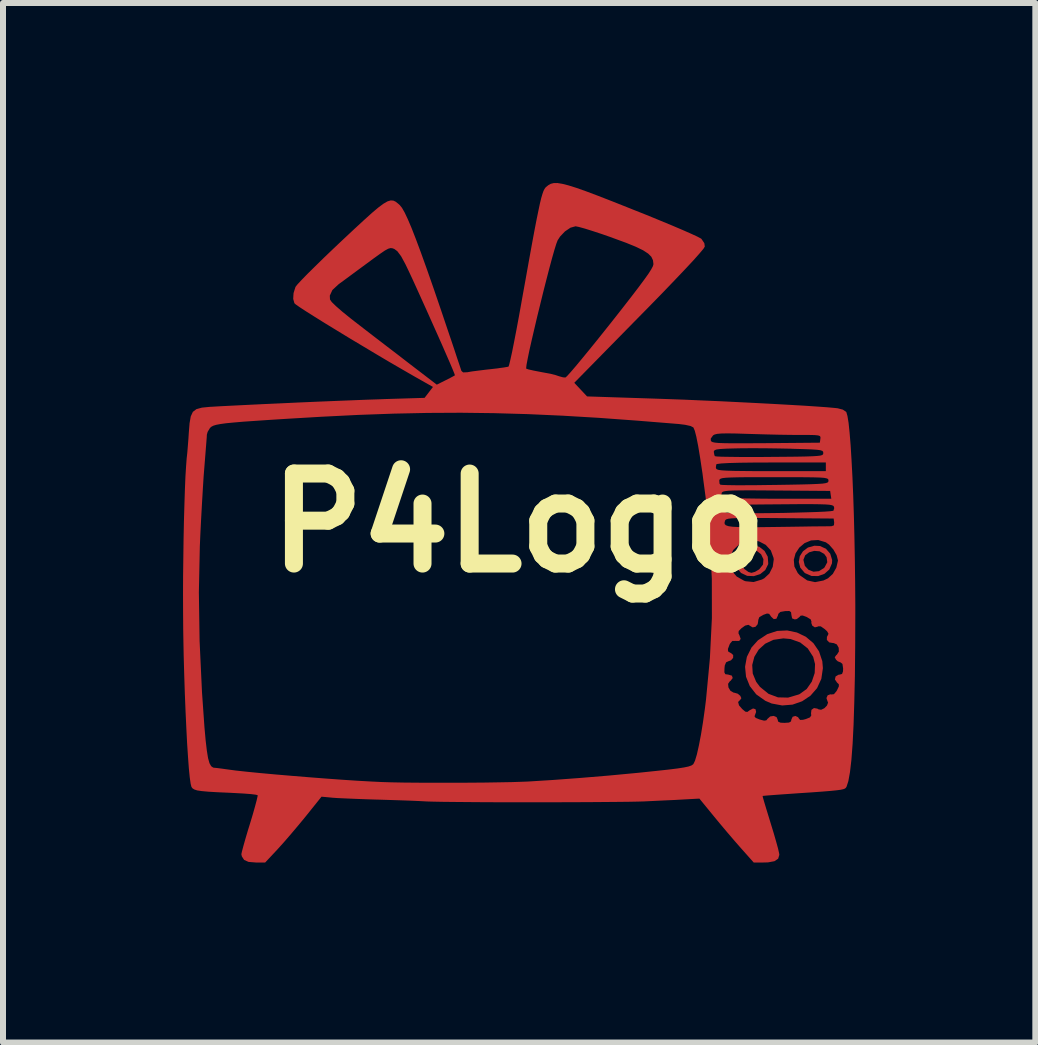
<source format=kicad_pcb>
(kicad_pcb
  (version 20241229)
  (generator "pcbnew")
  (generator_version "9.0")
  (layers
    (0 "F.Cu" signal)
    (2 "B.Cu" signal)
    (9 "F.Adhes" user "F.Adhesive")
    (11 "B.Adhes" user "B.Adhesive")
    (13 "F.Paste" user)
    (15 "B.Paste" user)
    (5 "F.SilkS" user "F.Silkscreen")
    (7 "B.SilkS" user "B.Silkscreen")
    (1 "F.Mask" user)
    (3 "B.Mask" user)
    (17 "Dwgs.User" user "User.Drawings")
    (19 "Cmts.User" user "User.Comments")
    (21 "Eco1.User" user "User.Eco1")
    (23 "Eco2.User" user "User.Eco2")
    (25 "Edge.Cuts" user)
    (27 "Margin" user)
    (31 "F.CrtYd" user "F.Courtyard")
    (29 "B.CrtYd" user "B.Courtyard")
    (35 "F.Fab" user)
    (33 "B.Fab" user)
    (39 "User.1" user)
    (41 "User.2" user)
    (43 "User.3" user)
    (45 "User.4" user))
  (footprint "P4Logo"
    (layer "F.Cu")
    (at 5.598 5.663)
    (property "Reference" "P4Logo" (at 0 0 0) (layer "F.SilkS") (effects (font (size 1.5 1.5) (thickness 0.3))))
    (attr board_only exclude_from_pos_files exclude_from_bom)
    (fp_poly (pts (xy 5.015 0.386) (xy 5.115 0.431) (xy 5.187 0.514) (xy 5.219 0.619) (xy 5.216 0.675) (xy 5.172 0.777) (xy 5.091 0.849) (xy 4.986 0.887) (xy 4.875 0.885) (xy 4.77 0.839) (xy 4.761 0.833) (xy 4.688 0.747) (xy 4.663 0.651) (xy 4.669 0.62) (xy 4.741 0.62) (xy 4.764 0.716) (xy 4.825 0.782) (xy 4.908 0.814) (xy 4.999 0.805) (xy 5.083 0.752) (xy 5.093 0.741) (xy 5.138 0.656) (xy 5.126 0.572) (xy 5.086 0.517) (xy 5.01 0.474) (xy 4.921 0.467) (xy 4.835 0.491) (xy 4.77 0.541) (xy 4.741 0.613) (xy 4.741 0.62) (xy 4.669 0.62) (xy 4.68 0.556) (xy 4.733 0.473) (xy 4.816 0.411) (xy 4.924 0.381)) (stroke (width 0) (type solid)) (fill yes) (layer "F.Cu"))
    (fp_poly (pts (xy 4.005 0.399) (xy 4.092 0.467) (xy 4.146 0.564) (xy 4.154 0.676) (xy 4.152 0.691) (xy 4.104 0.787) (xy 4.02 0.854) (xy 3.914 0.888) (xy 3.803 0.883) (xy 3.701 0.835) (xy 3.7 0.834) (xy 3.63 0.749) (xy 3.606 0.651) (xy 3.61 0.633) (xy 3.678 0.633) (xy 3.701 0.7) (xy 3.756 0.769) (xy 3.825 0.819) (xy 3.874 0.833) (xy 3.934 0.816) (xy 4.003 0.775) (xy 4.004 0.774) (xy 4.067 0.695) (xy 4.074 0.606) (xy 4.035 0.524) (xy 3.969 0.472) (xy 3.884 0.46) (xy 3.796 0.48) (xy 3.723 0.529) (xy 3.682 0.601) (xy 3.678 0.633) (xy 3.61 0.633) (xy 3.625 0.552) (xy 3.68 0.465) (xy 3.766 0.402) (xy 3.878 0.374) (xy 3.894 0.374)) (stroke (width 0) (type solid)) (fill yes) (layer "F.Cu"))
    (fp_poly (pts (xy 4.632 1.827) (xy 4.78 1.898) (xy 4.906 2.004) (xy 5 2.141) (xy 5.055 2.305) (xy 5.065 2.421) (xy 5.039 2.599) (xy 4.968 2.754) (xy 4.858 2.88) (xy 4.719 2.973) (xy 4.559 3.029) (xy 4.387 3.043) (xy 4.21 3.01) (xy 4.105 2.965) (xy 3.954 2.858) (xy 3.847 2.721) (xy 3.784 2.565) (xy 3.768 2.399) (xy 3.773 2.369) (xy 3.887 2.369) (xy 3.896 2.511) (xy 3.953 2.649) (xy 4.017 2.734) (xy 4.159 2.849) (xy 4.316 2.908) (xy 4.485 2.912) (xy 4.662 2.86) (xy 4.678 2.853) (xy 4.795 2.768) (xy 4.88 2.646) (xy 4.928 2.503) (xy 4.934 2.353) (xy 4.903 2.233) (xy 4.813 2.093) (xy 4.686 1.993) (xy 4.526 1.936) (xy 4.406 1.925) (xy 4.241 1.949) (xy 4.103 2.014) (xy 3.995 2.112) (xy 3.922 2.233) (xy 3.887 2.369) (xy 3.773 2.369) (xy 3.798 2.233) (xy 3.876 2.076) (xy 3.983 1.957) (xy 4.137 1.855) (xy 4.302 1.801) (xy 4.47 1.793)) (stroke (width 0) (type solid)) (fill yes) (layer "F.Cu"))
    (fp_poly (pts (xy 0.721 -5.65) (xy 0.824 -5.624) (xy 0.955 -5.583) (xy 1.119 -5.525) (xy 1.321 -5.449) (xy 1.565 -5.354) (xy 1.857 -5.238) (xy 1.884 -5.227) (xy 2.123 -5.132) (xy 2.347 -5.04) (xy 2.55 -4.956) (xy 2.726 -4.881) (xy 2.869 -4.818) (xy 2.973 -4.77) (xy 3.031 -4.739) (xy 3.04 -4.733) (xy 3.089 -4.661) (xy 3.097 -4.605) (xy 3.075 -4.568) (xy 3.012 -4.493) (xy 2.912 -4.38) (xy 2.773 -4.231) (xy 2.599 -4.048) (xy 2.391 -3.831) (xy 2.149 -3.583) (xy 2.005 -3.437) (xy 0.922 -2.334) (xy 1.028 -2.221) (xy 1.135 -2.107) (xy 2.212 -2.072) (xy 2.471 -2.063) (xy 2.752 -2.053) (xy 3.046 -2.04) (xy 3.349 -2.027) (xy 3.653 -2.012) (xy 3.951 -1.997) (xy 4.237 -1.982) (xy 4.504 -1.967) (xy 4.746 -1.953) (xy 4.955 -1.939) (xy 5.125 -1.927) (xy 5.249 -1.916) (xy 5.308 -1.91) (xy 5.397 -1.887) (xy 5.451 -1.851) (xy 5.456 -1.844) (xy 5.474 -1.781) (xy 5.493 -1.665) (xy 5.51 -1.5) (xy 5.527 -1.293) (xy 5.542 -1.047) (xy 5.557 -0.767) (xy 5.57 -0.458) (xy 5.581 -0.125) (xy 5.59 0.228) (xy 5.597 0.596) (xy 5.602 0.974) (xy 5.605 1.357) (xy 5.605 1.517) (xy 5.603 2.063) (xy 5.598 2.553) (xy 5.588 2.987) (xy 5.576 3.364) (xy 5.56 3.684) (xy 5.54 3.948) (xy 5.516 4.155) (xy 5.489 4.304) (xy 5.459 4.397) (xy 5.457 4.4) (xy 5.447 4.415) (xy 5.432 4.428) (xy 5.405 4.438) (xy 5.36 4.448) (xy 5.291 4.457) (xy 5.192 4.467) (xy 5.057 4.478) (xy 4.879 4.491) (xy 4.653 4.506) (xy 4.54 4.514) (xy 4.382 4.525) (xy 4.245 4.535) (xy 4.14 4.543) (xy 4.076 4.549) (xy 4.06 4.551) (xy 4.066 4.579) (xy 4.087 4.652) (xy 4.12 4.762) (xy 4.162 4.899) (xy 4.196 5.01) (xy 4.244 5.167) (xy 4.285 5.309) (xy 4.317 5.425) (xy 4.335 5.505) (xy 4.339 5.532) (xy 4.319 5.597) (xy 4.258 5.638) (xy 4.15 5.658) (xy 4.07 5.66) (xy 3.912 5.66) (xy 3.701 5.423) (xy 3.595 5.302) (xy 3.47 5.156) (xy 3.343 5.005) (xy 3.249 4.891) (xy 3.007 4.595) (xy 2.732 4.61) (xy 2.589 4.618) (xy 2.412 4.626) (xy 2.227 4.635) (xy 2.083 4.642) (xy 1.977 4.645) (xy 1.824 4.648) (xy 1.63 4.65) (xy 1.403 4.652) (xy 1.147 4.654) (xy 0.872 4.655) (xy 0.582 4.656) (xy 0.286 4.656) (xy -0.011 4.656) (xy -0.301 4.656) (xy -0.578 4.655) (xy -0.835 4.653) (xy -1.065 4.651) (xy -1.262 4.649) (xy -1.418 4.646) (xy -1.528 4.643) (xy -1.566 4.641) (xy -1.658 4.636) (xy -1.795 4.63) (xy -1.964 4.624) (xy -2.151 4.618) (xy -2.345 4.612) (xy -2.356 4.612) (xy -2.547 4.606) (xy -2.731 4.599) (xy -2.894 4.592) (xy -3.025 4.586) (xy -3.112 4.58) (xy -3.118 4.579) (xy -3.29 4.563) (xy -3.554 4.892) (xy -3.671 5.034) (xy -3.796 5.182) (xy -3.916 5.321) (xy -4.017 5.433) (xy -4.024 5.441) (xy -4.229 5.66) (xy -4.383 5.66) (xy -4.506 5.65) (xy -4.578 5.618) (xy -4.581 5.615) (xy -4.618 5.558) (xy -4.626 5.522) (xy -4.617 5.479) (xy -4.594 5.392) (xy -4.56 5.271) (xy -4.517 5.125) (xy -4.483 5.016) (xy -4.437 4.863) (xy -4.399 4.729) (xy -4.371 4.624) (xy -4.356 4.557) (xy -4.354 4.538) (xy -4.386 4.53) (xy -4.465 4.52) (xy -4.581 4.511) (xy -4.725 4.503) (xy -4.82 4.498) (xy -5.022 4.489) (xy -5.175 4.48) (xy -5.285 4.47) (xy -5.361 4.459) (xy -5.41 4.443) (xy -5.44 4.424) (xy -5.458 4.399) (xy -5.471 4.347) (xy -5.486 4.242) (xy -5.501 4.091) (xy -5.515 3.9) (xy -5.53 3.673) (xy -5.543 3.418) (xy -5.556 3.139) (xy -5.568 2.842) (xy -5.578 2.534) (xy -5.587 2.218) (xy -5.593 1.902) (xy -5.595 1.773) (xy -5.597 1.493) (xy -5.598 1.196) (xy -5.598 1.156) (xy -5.334 1.156) (xy -5.322 1.966) (xy -5.282 2.821) (xy -5.241 3.405) (xy -5.221 3.626) (xy -5.201 3.796) (xy -5.181 3.92) (xy -5.157 4.005) (xy -5.129 4.055) (xy -5.096 4.078) (xy -5.078 4.081) (xy -5.033 4.085) (xy -4.949 4.096) (xy -4.856 4.109) (xy -4.721 4.127) (xy -4.538 4.147) (xy -4.316 4.169) (xy -4.065 4.192) (xy -3.794 4.215) (xy -3.513 4.238) (xy -3.23 4.26) (xy -2.956 4.28) (xy -2.699 4.297) (xy -2.47 4.31) (xy -2.284 4.319) (xy -2.12 4.324) (xy -1.912 4.328) (xy -1.67 4.33) (xy -1.406 4.331) (xy -1.13 4.331) (xy -0.853 4.33) (xy -0.584 4.328) (xy -0.335 4.324) (xy -0.116 4.32) (xy 0.062 4.314) (xy 0.144 4.311) (xy 0.561 4.285) (xy 1.019 4.251) (xy 1.5 4.211) (xy 1.988 4.165) (xy 2.284 4.134) (xy 2.487 4.112) (xy 2.64 4.093) (xy 2.75 4.076) (xy 2.826 4.06) (xy 2.874 4.043) (xy 2.902 4.024) (xy 2.906 4.02) (xy 2.933 3.965) (xy 2.965 3.859) (xy 2.998 3.712) (xy 3.033 3.53) (xy 3.067 3.32) (xy 3.099 3.092) (xy 3.117 2.945) (xy 3.16 2.491) (xy 3.423 2.491) (xy 3.439 2.522) (xy 3.484 2.528) (xy 3.489 2.529) (xy 3.548 2.546) (xy 3.562 2.586) (xy 3.527 2.632) (xy 3.516 2.638) (xy 3.485 2.682) (xy 3.491 2.742) (xy 3.524 2.798) (xy 3.577 2.829) (xy 3.591 2.831) (xy 3.646 2.847) (xy 3.689 2.883) (xy 3.706 2.923) (xy 3.686 2.951) (xy 3.685 2.951) (xy 3.652 2.985) (xy 3.667 3.041) (xy 3.721 3.103) (xy 3.772 3.146) (xy 3.806 3.151) (xy 3.843 3.124) (xy 3.901 3.093) (xy 3.942 3.105) (xy 3.952 3.15) (xy 3.94 3.184) (xy 3.925 3.224) (xy 3.945 3.25) (xy 4.009 3.276) (xy 4.012 3.277) (xy 4.084 3.296) (xy 4.122 3.291) (xy 4.143 3.265) (xy 4.187 3.226) (xy 4.245 3.217) (xy 4.293 3.237) (xy 4.31 3.276) (xy 4.32 3.313) (xy 4.359 3.33) (xy 4.425 3.333) (xy 4.5 3.328) (xy 4.533 3.309) (xy 4.54 3.276) (xy 4.561 3.231) (xy 4.607 3.218) (xy 4.651 3.238) (xy 4.664 3.259) (xy 4.686 3.284) (xy 4.733 3.282) (xy 4.782 3.269) (xy 4.849 3.242) (xy 4.871 3.21) (xy 4.867 3.174) (xy 4.874 3.116) (xy 4.916 3.086) (xy 4.974 3.096) (xy 4.99 3.107) (xy 5.035 3.115) (xy 5.089 3.089) (xy 5.133 3.044) (xy 5.151 2.996) (xy 5.142 2.973) (xy 5.124 2.92) (xy 5.144 2.874) (xy 5.189 2.857) (xy 5.203 2.86) (xy 5.249 2.855) (xy 5.292 2.804) (xy 5.302 2.786) (xy 5.331 2.724) (xy 5.33 2.689) (xy 5.299 2.66) (xy 5.299 2.659) (xy 5.265 2.609) (xy 5.277 2.559) (xy 5.327 2.53) (xy 5.343 2.529) (xy 5.384 2.518) (xy 5.4 2.475) (xy 5.402 2.428) (xy 5.391 2.352) (xy 5.362 2.327) (xy 5.313 2.307) (xy 5.284 2.281) (xy 5.262 2.24) (xy 5.287 2.205) (xy 5.298 2.197) (xy 5.331 2.145) (xy 5.328 2.081) (xy 5.297 2.026) (xy 5.245 2.003) (xy 5.236 2.003) (xy 5.17 1.992) (xy 5.131 1.951) (xy 5.132 1.899) (xy 5.142 1.883) (xy 5.158 1.848) (xy 5.136 1.808) (xy 5.096 1.771) (xy 5.03 1.725) (xy 4.986 1.724) (xy 4.978 1.73) (xy 4.931 1.741) (xy 4.888 1.713) (xy 4.871 1.666) (xy 4.875 1.65) (xy 4.862 1.609) (xy 4.794 1.568) (xy 4.728 1.544) (xy 4.693 1.547) (xy 4.675 1.568) (xy 4.63 1.603) (xy 4.596 1.609) (xy 4.552 1.592) (xy 4.54 1.535) (xy 4.534 1.488) (xy 4.506 1.469) (xy 4.44 1.47) (xy 4.432 1.471) (xy 4.357 1.484) (xy 4.323 1.515) (xy 4.315 1.544) (xy 4.29 1.598) (xy 4.246 1.604) (xy 4.201 1.562) (xy 4.195 1.552) (xy 4.169 1.516) (xy 4.133 1.511) (xy 4.072 1.533) (xy 4.005 1.572) (xy 3.987 1.621) (xy 3.988 1.629) (xy 3.978 1.689) (xy 3.942 1.732) (xy 3.895 1.742) (xy 3.872 1.729) (xy 3.824 1.699) (xy 3.769 1.712) (xy 3.708 1.756) (xy 3.662 1.802) (xy 3.658 1.841) (xy 3.673 1.871) (xy 3.695 1.934) (xy 3.67 1.968) (xy 3.61 1.967) (xy 3.555 1.968) (xy 3.517 2.013) (xy 3.511 2.025) (xy 3.482 2.101) (xy 3.485 2.142) (xy 3.523 2.166) (xy 3.531 2.168) (xy 3.57 2.202) (xy 3.569 2.25) (xy 3.533 2.291) (xy 3.495 2.304) (xy 3.452 2.324) (xy 3.43 2.376) (xy 3.425 2.421) (xy 3.423 2.491) (xy 3.16 2.491) (xy 3.182 2.254) (xy 3.215 1.589) (xy 3.214 0.933) (xy 3.201 0.685) (xy 3.509 0.685) (xy 3.547 0.799) (xy 3.629 0.895) (xy 3.753 0.965) (xy 3.778 0.973) (xy 3.91 0.986) (xy 4.047 0.945) (xy 4.087 0.924) (xy 4.173 0.844) (xy 4.229 0.732) (xy 4.245 0.616) (xy 4.58 0.616) (xy 4.59 0.728) (xy 4.646 0.836) (xy 4.68 0.873) (xy 4.803 0.959) (xy 4.935 0.988) (xy 5.075 0.96) (xy 5.15 0.924) (xy 5.23 0.851) (xy 5.289 0.746) (xy 5.315 0.634) (xy 5.316 0.625) (xy 5.294 0.54) (xy 5.24 0.445) (xy 5.168 0.363) (xy 5.114 0.324) (xy 4.987 0.286) (xy 4.867 0.293) (xy 4.759 0.338) (xy 4.671 0.413) (xy 4.609 0.508) (xy 4.58 0.616) (xy 4.245 0.616) (xy 4.246 0.61) (xy 4.242 0.582) (xy 4.197 0.459) (xy 4.111 0.366) (xy 3.999 0.308) (xy 3.872 0.29) (xy 3.744 0.317) (xy 3.675 0.353) (xy 3.572 0.451) (xy 3.517 0.566) (xy 3.509 0.685) (xy 3.201 0.685) (xy 3.18 0.271) (xy 3.153 -0.007) (xy 3.426 -0.007) (xy 3.428 0.02) (xy 3.448 0.04) (xy 3.49 0.055) (xy 3.561 0.065) (xy 3.666 0.07) (xy 3.81 0.072) (xy 3.999 0.072) (xy 4.238 0.069) (xy 4.318 0.068) (xy 4.534 0.065) (xy 4.733 0.062) (xy 4.908 0.059) (xy 5.05 0.058) (xy 5.151 0.057) (xy 5.205 0.056) (xy 5.21 0.056) (xy 5.249 0.041) (xy 5.253 -0.007) (xy 5.244 -0.072) (xy 4.349 -0.079) (xy 4.097 -0.081) (xy 3.897 -0.082) (xy 3.742 -0.082) (xy 3.626 -0.079) (xy 3.545 -0.075) (xy 3.491 -0.069) (xy 3.458 -0.06) (xy 3.442 -0.049) (xy 3.436 -0.04) (xy 3.426 -0.007) (xy 3.153 -0.007) (xy 3.129 -0.248) (xy 3.424 -0.248) (xy 3.431 -0.193) (xy 3.448 -0.172) (xy 3.486 -0.167) (xy 3.572 -0.163) (xy 3.697 -0.161) (xy 3.854 -0.16) (xy 4.033 -0.161) (xy 4.226 -0.163) (xy 4.424 -0.166) (xy 4.619 -0.171) (xy 4.801 -0.176) (xy 4.963 -0.181) (xy 5.095 -0.187) (xy 5.189 -0.194) (xy 5.237 -0.201) (xy 5.24 -0.202) (xy 5.254 -0.246) (xy 5.248 -0.271) (xy 5.238 -0.284) (xy 5.215 -0.294) (xy 5.173 -0.302) (xy 5.106 -0.307) (xy 5.007 -0.31) (xy 4.873 -0.312) (xy 4.695 -0.312) (xy 4.469 -0.31) (xy 4.333 -0.309) (xy 4.082 -0.307) (xy 3.882 -0.305) (xy 3.728 -0.302) (xy 3.614 -0.298) (xy 3.533 -0.293) (xy 3.479 -0.286) (xy 3.447 -0.277) (xy 3.431 -0.265) (xy 3.425 -0.251) (xy 3.424 -0.248) (xy 3.129 -0.248) (xy 3.112 -0.412) (xy 3.108 -0.447) (xy 3.372 -0.447) (xy 3.378 -0.428) (xy 3.41 -0.422) (xy 3.493 -0.416) (xy 3.62 -0.411) (xy 3.786 -0.407) (xy 3.984 -0.404) (xy 4.208 -0.402) (xy 4.299 -0.402) (xy 5.205 -0.402) (xy 5.195 -0.467) (xy 5.186 -0.532) (xy 4.292 -0.539) (xy 4.039 -0.541) (xy 3.838 -0.542) (xy 3.683 -0.541) (xy 3.568 -0.539) (xy 3.486 -0.535) (xy 3.432 -0.528) (xy 3.4 -0.52) (xy 3.384 -0.508) (xy 3.379 -0.501) (xy 3.372 -0.447) (xy 3.108 -0.447) (xy 3.073 -0.707) (xy 3.338 -0.707) (xy 3.342 -0.654) (xy 3.356 -0.636) (xy 3.391 -0.632) (xy 3.476 -0.629) (xy 3.604 -0.627) (xy 3.768 -0.627) (xy 3.961 -0.628) (xy 4.174 -0.631) (xy 4.271 -0.632) (xy 4.52 -0.636) (xy 4.717 -0.64) (xy 4.869 -0.644) (xy 4.981 -0.649) (xy 5.06 -0.654) (xy 5.111 -0.662) (xy 5.14 -0.671) (xy 5.154 -0.683) (xy 5.157 -0.698) (xy 5.158 -0.704) (xy 5.156 -0.72) (xy 5.147 -0.733) (xy 5.125 -0.742) (xy 5.084 -0.75) (xy 5.019 -0.755) (xy 4.922 -0.758) (xy 4.789 -0.76) (xy 4.613 -0.761) (xy 4.388 -0.761) (xy 4.253 -0.761) (xy 4.001 -0.761) (xy 3.801 -0.761) (xy 3.646 -0.759) (xy 3.53 -0.756) (xy 3.449 -0.752) (xy 3.395 -0.746) (xy 3.362 -0.737) (xy 3.346 -0.726) (xy 3.339 -0.712) (xy 3.338 -0.707) (xy 3.073 -0.707) (xy 3.059 -0.819) (xy 3.043 -0.924) (xy 3.281 -0.924) (xy 3.286 -0.904) (xy 3.298 -0.892) (xy 3.328 -0.882) (xy 3.381 -0.875) (xy 3.462 -0.87) (xy 3.579 -0.866) (xy 3.735 -0.864) (xy 3.937 -0.862) (xy 4.191 -0.862) (xy 4.208 -0.862) (xy 5.114 -0.862) (xy 5.114 -0.934) (xy 5.114 -1.006) (xy 4.211 -1.006) (xy 3.917 -1.005) (xy 3.679 -1.002) (xy 3.497 -0.997) (xy 3.371 -0.99) (xy 3.303 -0.981) (xy 3.289 -0.976) (xy 3.281 -0.924) (xy 3.043 -0.924) (xy 3.02 -1.078) (xy 3.003 -1.181) (xy 3.247 -1.181) (xy 3.257 -1.127) (xy 3.266 -1.111) (xy 3.299 -1.106) (xy 3.382 -1.102) (xy 3.508 -1.1) (xy 3.67 -1.098) (xy 3.862 -1.097) (xy 4.075 -1.098) (xy 4.179 -1.099) (xy 4.428 -1.101) (xy 4.627 -1.103) (xy 4.779 -1.106) (xy 4.892 -1.11) (xy 4.972 -1.115) (xy 5.023 -1.121) (xy 5.053 -1.13) (xy 5.067 -1.142) (xy 5.071 -1.157) (xy 5.071 -1.164) (xy 5.069 -1.184) (xy 5.056 -1.199) (xy 5.025 -1.21) (xy 4.968 -1.218) (xy 4.879 -1.224) (xy 4.749 -1.229) (xy 4.57 -1.234) (xy 4.525 -1.236) (xy 4.321 -1.24) (xy 4.104 -1.243) (xy 3.895 -1.244) (xy 3.712 -1.243) (xy 3.613 -1.241) (xy 3.462 -1.237) (xy 3.358 -1.231) (xy 3.294 -1.223) (xy 3.261 -1.211) (xy 3.248 -1.193) (xy 3.247 -1.181) (xy 3.003 -1.181) (xy 2.986 -1.283) (xy 2.962 -1.404) (xy 3.196 -1.404) (xy 3.198 -1.369) (xy 3.208 -1.355) (xy 3.229 -1.345) (xy 3.267 -1.337) (xy 3.328 -1.331) (xy 3.419 -1.328) (xy 3.545 -1.326) (xy 3.712 -1.326) (xy 3.926 -1.327) (xy 4.115 -1.328) (xy 5.014 -1.336) (xy 5.023 -1.401) (xy 5.025 -1.428) (xy 5.016 -1.446) (xy 4.986 -1.457) (xy 4.927 -1.463) (xy 4.829 -1.465) (xy 4.684 -1.465) (xy 4.676 -1.465) (xy 4.52 -1.466) (xy 4.327 -1.469) (xy 4.116 -1.474) (xy 3.907 -1.48) (xy 3.805 -1.483) (xy 3.614 -1.489) (xy 3.472 -1.491) (xy 3.371 -1.489) (xy 3.303 -1.483) (xy 3.26 -1.472) (xy 3.235 -1.458) (xy 3.196 -1.404) (xy 2.962 -1.404) (xy 2.956 -1.435) (xy 2.93 -1.535) (xy 2.908 -1.587) (xy 2.906 -1.59) (xy 2.86 -1.614) (xy 2.769 -1.634) (xy 2.665 -1.647) (xy 1.975 -1.703) (xy 1.332 -1.75) (xy 0.726 -1.786) (xy 0.147 -1.812) (xy -0.414 -1.828) (xy -0.967 -1.835) (xy -1.522 -1.832) (xy -2.088 -1.82) (xy -2.676 -1.799) (xy -3.295 -1.768) (xy -3.836 -1.736) (xy -4.139 -1.717) (xy -4.389 -1.7) (xy -4.593 -1.686) (xy -4.755 -1.672) (xy -4.88 -1.66) (xy -4.974 -1.647) (xy -5.043 -1.634) (xy -5.09 -1.62) (xy -5.122 -1.604) (xy -5.144 -1.586) (xy -5.15 -1.579) (xy -5.188 -1.516) (xy -5.201 -1.469) (xy -5.203 -1.426) (xy -5.21 -1.336) (xy -5.22 -1.21) (xy -5.232 -1.058) (xy -5.242 -0.934) (xy -5.255 -0.77) (xy -5.268 -0.562) (xy -5.282 -0.325) (xy -5.296 -0.072) (xy -5.309 0.183) (xy -5.318 0.392) (xy -5.334 1.156) (xy -5.598 1.156) (xy -5.597 0.889) (xy -5.593 0.578) (xy -5.589 0.272) (xy -5.583 -0.023) (xy -5.575 -0.299) (xy -5.567 -0.55) (xy -5.558 -0.769) (xy -5.547 -0.947) (xy -5.537 -1.078) (xy -5.532 -1.121) (xy -5.526 -1.179) (xy -5.518 -1.278) (xy -5.508 -1.404) (xy -5.502 -1.499) (xy -5.489 -1.661) (xy -5.469 -1.775) (xy -5.434 -1.85) (xy -5.375 -1.895) (xy -5.284 -1.92) (xy -5.154 -1.933) (xy -5.114 -1.935) (xy -4.962 -1.944) (xy -4.762 -1.954) (xy -4.523 -1.966) (xy -4.254 -1.979) (xy -3.965 -1.992) (xy -3.666 -2.006) (xy -3.364 -2.019) (xy -3.071 -2.031) (xy -2.794 -2.042) (xy -2.544 -2.052) (xy -2.33 -2.059) (xy -2.23 -2.063) (xy -1.573 -2.083) (xy -1.503 -2.174) (xy -1.433 -2.265) (xy -1.557 -2.335) (xy -1.746 -2.442) (xy -1.952 -2.561) (xy -2.171 -2.688) (xy -2.395 -2.821) (xy -2.619 -2.955) (xy -2.838 -3.086) (xy -3.046 -3.213) (xy -3.238 -3.33) (xy -3.406 -3.435) (xy -3.547 -3.524) (xy -3.654 -3.594) (xy -3.721 -3.641) (xy -3.742 -3.66) (xy -3.762 -3.732) (xy -3.759 -3.787) (xy -3.152 -3.787) (xy -3.149 -3.723) (xy -3.12 -3.68) (xy -3.048 -3.61) (xy -2.94 -3.516) (xy -2.8 -3.403) (xy -2.737 -3.354) (xy -2.583 -3.235) (xy -2.399 -3.093) (xy -2.202 -2.942) (xy -2.007 -2.793) (xy -1.856 -2.676) (xy -1.369 -2.303) (xy -1.223 -2.376) (xy -1.142 -2.417) (xy -1.085 -2.448) (xy -1.067 -2.459) (xy -1.076 -2.486) (xy -1.105 -2.558) (xy -1.152 -2.669) (xy -1.214 -2.811) (xy -1.286 -2.976) (xy -1.367 -3.158) (xy -1.453 -3.35) (xy -1.54 -3.545) (xy -1.626 -3.735) (xy -1.707 -3.914) (xy -1.78 -4.074) (xy -1.843 -4.208) (xy -1.892 -4.31) (xy -1.964 -4.443) (xy -2.027 -4.527) (xy -2.077 -4.564) (xy -2.109 -4.576) (xy -2.14 -4.579) (xy -2.179 -4.568) (xy -2.234 -4.538) (xy -2.312 -4.485) (xy -2.422 -4.406) (xy -2.537 -4.321) (xy -2.673 -4.221) (xy -2.799 -4.128) (xy -2.906 -4.049) (xy -2.983 -3.993) (xy -3.009 -3.973) (xy -3.109 -3.88) (xy -3.152 -3.787) (xy -3.759 -3.787) (xy -3.756 -3.829) (xy -3.726 -3.926) (xy -3.721 -3.936) (xy -3.691 -3.974) (xy -3.623 -4.047) (xy -3.524 -4.149) (xy -3.398 -4.273) (xy -3.251 -4.417) (xy -3.088 -4.573) (xy -2.958 -4.696) (xy -2.753 -4.888) (xy -2.585 -5.043) (xy -2.45 -5.165) (xy -2.342 -5.256) (xy -2.257 -5.319) (xy -2.191 -5.357) (xy -2.138 -5.373) (xy -2.093 -5.37) (xy -2.053 -5.351) (xy -2.012 -5.318) (xy -1.985 -5.294) (xy -1.949 -5.249) (xy -1.905 -5.172) (xy -1.853 -5.062) (xy -1.79 -4.914) (xy -1.717 -4.727) (xy -1.632 -4.499) (xy -1.534 -4.226) (xy -1.422 -3.906) (xy -1.296 -3.537) (xy -1.154 -3.116) (xy -1.13 -3.046) (xy -1.077 -2.888) (xy -1.031 -2.748) (xy -0.993 -2.636) (xy -0.968 -2.56) (xy -0.959 -2.532) (xy -0.93 -2.507) (xy -0.861 -2.51) (xy -0.854 -2.511) (xy -0.786 -2.523) (xy -0.677 -2.537) (xy -0.548 -2.553) (xy -0.474 -2.561) (xy -0.352 -2.575) (xy -0.328 -2.579) (xy 0.12 -2.579) (xy 0.121 -2.57) (xy 0.158 -2.557) (xy 0.247 -2.537) (xy 0.386 -2.51) (xy 0.522 -2.485) (xy 0.609 -2.463) (xy 0.665 -2.444) (xy 0.734 -2.425) (xy 0.774 -2.422) (xy 0.801 -2.445) (xy 0.859 -2.509) (xy 0.944 -2.608) (xy 1.052 -2.738) (xy 1.18 -2.894) (xy 1.323 -3.071) (xy 1.477 -3.264) (xy 1.529 -3.329) (xy 1.717 -3.568) (xy 1.871 -3.766) (xy 1.994 -3.927) (xy 2.089 -4.055) (xy 2.159 -4.153) (xy 2.205 -4.226) (xy 2.232 -4.277) (xy 2.241 -4.31) (xy 2.241 -4.313) (xy 2.233 -4.377) (xy 2.206 -4.434) (xy 2.153 -4.487) (xy 2.069 -4.542) (xy 1.947 -4.601) (xy 1.783 -4.668) (xy 1.569 -4.746) (xy 1.552 -4.753) (xy 1.383 -4.812) (xy 1.228 -4.863) (xy 1.097 -4.904) (xy 0.999 -4.931) (xy 0.945 -4.942) (xy 0.943 -4.942) (xy 0.859 -4.919) (xy 0.767 -4.857) (xy 0.685 -4.771) (xy 0.644 -4.707) (xy 0.623 -4.652) (xy 0.592 -4.553) (xy 0.553 -4.416) (xy 0.508 -4.249) (xy 0.459 -4.06) (xy 0.407 -3.856) (xy 0.355 -3.644) (xy 0.303 -3.432) (xy 0.255 -3.228) (xy 0.211 -3.039) (xy 0.173 -2.871) (xy 0.145 -2.734) (xy 0.126 -2.634) (xy 0.12 -2.579) (xy -0.328 -2.579) (xy -0.253 -2.589) (xy -0.189 -2.6) (xy -0.173 -2.605) (xy -0.162 -2.639) (xy -0.142 -2.723) (xy -0.114 -2.85) (xy -0.081 -3.016) (xy -0.043 -3.212) (xy -0.002 -3.432) (xy 0.041 -3.671) (xy 0.042 -3.678) (xy 0.109 -4.049) (xy 0.166 -4.368) (xy 0.215 -4.638) (xy 0.257 -4.865) (xy 0.293 -5.051) (xy 0.324 -5.202) (xy 0.349 -5.321) (xy 0.371 -5.412) (xy 0.391 -5.48) (xy 0.408 -5.529) (xy 0.425 -5.563) (xy 0.441 -5.586) (xy 0.451 -5.596) (xy 0.489 -5.627) (xy 0.53 -5.65) (xy 0.579 -5.662) (xy 0.641 -5.663)) (stroke (width 0) (type solid)) (fill yes) (layer "F.Cu"))
    (fp_poly (pts (xy 5.015 0.386) (xy 5.115 0.431) (xy 5.187 0.514) (xy 5.219 0.619) (xy 5.216 0.675) (xy 5.172 0.777) (xy 5.091 0.849) (xy 4.986 0.887) (xy 4.875 0.885) (xy 4.77 0.839) (xy 4.761 0.833) (xy 4.688 0.747) (xy 4.663 0.651) (xy 4.669 0.62) (xy 4.741 0.62) (xy 4.764 0.716) (xy 4.825 0.782) (xy 4.908 0.814) (xy 4.999 0.805) (xy 5.083 0.752) (xy 5.093 0.741) (xy 5.138 0.656) (xy 5.126 0.572) (xy 5.086 0.517) (xy 5.01 0.474) (xy 4.921 0.467) (xy 4.835 0.491) (xy 4.77 0.541) (xy 4.741 0.613) (xy 4.741 0.62) (xy 4.669 0.62) (xy 4.68 0.556) (xy 4.733 0.473) (xy 4.816 0.411) (xy 4.924 0.381)) (stroke (width 0) (type solid)) (fill yes) (layer "F.Mask"))
    (fp_poly (pts (xy 4.005 0.399) (xy 4.092 0.467) (xy 4.146 0.564) (xy 4.154 0.676) (xy 4.152 0.691) (xy 4.104 0.787) (xy 4.02 0.854) (xy 3.914 0.888) (xy 3.803 0.883) (xy 3.701 0.835) (xy 3.7 0.834) (xy 3.63 0.749) (xy 3.606 0.651) (xy 3.61 0.633) (xy 3.678 0.633) (xy 3.701 0.7) (xy 3.756 0.769) (xy 3.825 0.819) (xy 3.874 0.833) (xy 3.934 0.816) (xy 4.003 0.775) (xy 4.004 0.774) (xy 4.067 0.695) (xy 4.074 0.606) (xy 4.035 0.524) (xy 3.969 0.472) (xy 3.884 0.46) (xy 3.796 0.48) (xy 3.723 0.529) (xy 3.682 0.601) (xy 3.678 0.633) (xy 3.61 0.633) (xy 3.625 0.552) (xy 3.68 0.465) (xy 3.766 0.402) (xy 3.878 0.374) (xy 3.894 0.374)) (stroke (width 0) (type solid)) (fill yes) (layer "F.Mask"))
    (fp_poly (pts (xy 4.632 1.827) (xy 4.78 1.898) (xy 4.906 2.004) (xy 5 2.141) (xy 5.055 2.305) (xy 5.065 2.421) (xy 5.039 2.599) (xy 4.968 2.754) (xy 4.858 2.88) (xy 4.719 2.973) (xy 4.559 3.029) (xy 4.387 3.043) (xy 4.21 3.01) (xy 4.105 2.965) (xy 3.954 2.858) (xy 3.847 2.721) (xy 3.784 2.565) (xy 3.768 2.399) (xy 3.773 2.369) (xy 3.887 2.369) (xy 3.896 2.511) (xy 3.953 2.649) (xy 4.017 2.734) (xy 4.159 2.849) (xy 4.316 2.908) (xy 4.485 2.912) (xy 4.662 2.86) (xy 4.678 2.853) (xy 4.795 2.768) (xy 4.88 2.646) (xy 4.928 2.503) (xy 4.934 2.353) (xy 4.903 2.233) (xy 4.813 2.093) (xy 4.686 1.993) (xy 4.526 1.936) (xy 4.406 1.925) (xy 4.241 1.949) (xy 4.103 2.014) (xy 3.995 2.112) (xy 3.922 2.233) (xy 3.887 2.369) (xy 3.773 2.369) (xy 3.798 2.233) (xy 3.876 2.076) (xy 3.983 1.957) (xy 4.137 1.855) (xy 4.302 1.801) (xy 4.47 1.793)) (stroke (width 0) (type solid)) (fill yes) (layer "F.Mask"))
    (fp_poly (pts (xy 0.721 -5.65) (xy 0.824 -5.624) (xy 0.955 -5.583) (xy 1.119 -5.525) (xy 1.321 -5.449) (xy 1.565 -5.354) (xy 1.857 -5.238) (xy 1.884 -5.227) (xy 2.123 -5.132) (xy 2.347 -5.04) (xy 2.55 -4.956) (xy 2.726 -4.881) (xy 2.869 -4.818) (xy 2.973 -4.77) (xy 3.031 -4.739) (xy 3.04 -4.733) (xy 3.089 -4.661) (xy 3.097 -4.605) (xy 3.075 -4.568) (xy 3.012 -4.493) (xy 2.912 -4.38) (xy 2.773 -4.231) (xy 2.599 -4.048) (xy 2.391 -3.831) (xy 2.149 -3.583) (xy 2.005 -3.437) (xy 0.922 -2.334) (xy 1.028 -2.221) (xy 1.135 -2.107) (xy 2.212 -2.072) (xy 2.471 -2.063) (xy 2.752 -2.053) (xy 3.046 -2.04) (xy 3.349 -2.027) (xy 3.653 -2.012) (xy 3.951 -1.997) (xy 4.237 -1.982) (xy 4.504 -1.967) (xy 4.746 -1.953) (xy 4.955 -1.939) (xy 5.125 -1.927) (xy 5.249 -1.916) (xy 5.308 -1.91) (xy 5.397 -1.887) (xy 5.451 -1.851) (xy 5.456 -1.844) (xy 5.474 -1.781) (xy 5.493 -1.665) (xy 5.51 -1.5) (xy 5.527 -1.293) (xy 5.542 -1.047) (xy 5.557 -0.767) (xy 5.57 -0.458) (xy 5.581 -0.125) (xy 5.59 0.228) (xy 5.597 0.596) (xy 5.602 0.974) (xy 5.605 1.357) (xy 5.605 1.517) (xy 5.603 2.063) (xy 5.598 2.553) (xy 5.588 2.987) (xy 5.576 3.364) (xy 5.56 3.684) (xy 5.54 3.948) (xy 5.516 4.155) (xy 5.489 4.304) (xy 5.459 4.397) (xy 5.457 4.4) (xy 5.447 4.415) (xy 5.432 4.428) (xy 5.405 4.438) (xy 5.36 4.448) (xy 5.291 4.457) (xy 5.192 4.467) (xy 5.057 4.478) (xy 4.879 4.491) (xy 4.653 4.506) (xy 4.54 4.514) (xy 4.382 4.525) (xy 4.245 4.535) (xy 4.14 4.543) (xy 4.076 4.549) (xy 4.06 4.551) (xy 4.066 4.579) (xy 4.087 4.652) (xy 4.12 4.762) (xy 4.162 4.899) (xy 4.196 5.01) (xy 4.244 5.167) (xy 4.285 5.309) (xy 4.317 5.425) (xy 4.335 5.505) (xy 4.339 5.532) (xy 4.319 5.597) (xy 4.258 5.638) (xy 4.15 5.658) (xy 4.07 5.66) (xy 3.912 5.66) (xy 3.701 5.423) (xy 3.595 5.302) (xy 3.47 5.156) (xy 3.343 5.005) (xy 3.249 4.891) (xy 3.007 4.595) (xy 2.732 4.61) (xy 2.589 4.618) (xy 2.412 4.626) (xy 2.227 4.635) (xy 2.083 4.642) (xy 1.977 4.645) (xy 1.824 4.648) (xy 1.63 4.65) (xy 1.403 4.652) (xy 1.147 4.654) (xy 0.872 4.655) (xy 0.582 4.656) (xy 0.286 4.656) (xy -0.011 4.656) (xy -0.301 4.656) (xy -0.578 4.655) (xy -0.835 4.653) (xy -1.065 4.651) (xy -1.262 4.649) (xy -1.418 4.646) (xy -1.528 4.643) (xy -1.566 4.641) (xy -1.658 4.636) (xy -1.795 4.63) (xy -1.964 4.624) (xy -2.151 4.618) (xy -2.345 4.612) (xy -2.356 4.612) (xy -2.547 4.606) (xy -2.731 4.599) (xy -2.894 4.592) (xy -3.025 4.586) (xy -3.112 4.58) (xy -3.118 4.579) (xy -3.29 4.563) (xy -3.554 4.892) (xy -3.671 5.034) (xy -3.796 5.182) (xy -3.916 5.321) (xy -4.017 5.433) (xy -4.024 5.441) (xy -4.229 5.66) (xy -4.383 5.66) (xy -4.506 5.65) (xy -4.578 5.618) (xy -4.581 5.615) (xy -4.618 5.558) (xy -4.626 5.522) (xy -4.617 5.479) (xy -4.594 5.392) (xy -4.56 5.271) (xy -4.517 5.125) (xy -4.483 5.016) (xy -4.437 4.863) (xy -4.399 4.729) (xy -4.371 4.624) (xy -4.356 4.557) (xy -4.354 4.538) (xy -4.386 4.53) (xy -4.465 4.52) (xy -4.581 4.511) (xy -4.725 4.503) (xy -4.82 4.498) (xy -5.022 4.489) (xy -5.175 4.48) (xy -5.285 4.47) (xy -5.361 4.459) (xy -5.41 4.443) (xy -5.44 4.424) (xy -5.458 4.399) (xy -5.471 4.347) (xy -5.486 4.242) (xy -5.501 4.091) (xy -5.515 3.9) (xy -5.53 3.673) (xy -5.543 3.418) (xy -5.556 3.139) (xy -5.568 2.842) (xy -5.578 2.534) (xy -5.587 2.218) (xy -5.593 1.902) (xy -5.595 1.773) (xy -5.597 1.493) (xy -5.598 1.196) (xy -5.598 1.156) (xy -5.334 1.156) (xy -5.322 1.966) (xy -5.282 2.821) (xy -5.241 3.405) (xy -5.221 3.626) (xy -5.201 3.796) (xy -5.181 3.92) (xy -5.157 4.005) (xy -5.129 4.055) (xy -5.096 4.078) (xy -5.078 4.081) (xy -5.033 4.085) (xy -4.949 4.096) (xy -4.856 4.109) (xy -4.721 4.127) (xy -4.538 4.147) (xy -4.316 4.169) (xy -4.065 4.192) (xy -3.794 4.215) (xy -3.513 4.238) (xy -3.23 4.26) (xy -2.956 4.28) (xy -2.699 4.297) (xy -2.47 4.31) (xy -2.284 4.319) (xy -2.12 4.324) (xy -1.912 4.328) (xy -1.67 4.33) (xy -1.406 4.331) (xy -1.13 4.331) (xy -0.853 4.33) (xy -0.584 4.328) (xy -0.335 4.324) (xy -0.116 4.32) (xy 0.062 4.314) (xy 0.144 4.311) (xy 0.561 4.285) (xy 1.019 4.251) (xy 1.5 4.211) (xy 1.988 4.165) (xy 2.284 4.134) (xy 2.487 4.112) (xy 2.64 4.093) (xy 2.75 4.076) (xy 2.826 4.06) (xy 2.874 4.043) (xy 2.902 4.024) (xy 2.906 4.02) (xy 2.933 3.965) (xy 2.965 3.859) (xy 2.998 3.712) (xy 3.033 3.53) (xy 3.067 3.32) (xy 3.099 3.092) (xy 3.117 2.945) (xy 3.16 2.491) (xy 3.423 2.491) (xy 3.439 2.522) (xy 3.484 2.528) (xy 3.489 2.529) (xy 3.548 2.546) (xy 3.562 2.586) (xy 3.527 2.632) (xy 3.516 2.638) (xy 3.485 2.682) (xy 3.491 2.742) (xy 3.524 2.798) (xy 3.577 2.829) (xy 3.591 2.831) (xy 3.646 2.847) (xy 3.689 2.883) (xy 3.706 2.923) (xy 3.686 2.951) (xy 3.685 2.951) (xy 3.652 2.985) (xy 3.667 3.041) (xy 3.721 3.103) (xy 3.772 3.146) (xy 3.806 3.151) (xy 3.843 3.124) (xy 3.901 3.093) (xy 3.942 3.105) (xy 3.952 3.15) (xy 3.94 3.184) (xy 3.925 3.224) (xy 3.945 3.25) (xy 4.009 3.276) (xy 4.012 3.277) (xy 4.084 3.296) (xy 4.122 3.291) (xy 4.143 3.265) (xy 4.187 3.226) (xy 4.245 3.217) (xy 4.293 3.237) (xy 4.31 3.276) (xy 4.32 3.313) (xy 4.359 3.33) (xy 4.425 3.333) (xy 4.5 3.328) (xy 4.533 3.309) (xy 4.54 3.276) (xy 4.561 3.231) (xy 4.607 3.218) (xy 4.651 3.238) (xy 4.664 3.259) (xy 4.686 3.284) (xy 4.733 3.282) (xy 4.782 3.269) (xy 4.849 3.242) (xy 4.871 3.21) (xy 4.867 3.174) (xy 4.874 3.116) (xy 4.916 3.086) (xy 4.974 3.096) (xy 4.99 3.107) (xy 5.035 3.115) (xy 5.089 3.089) (xy 5.133 3.044) (xy 5.151 2.996) (xy 5.142 2.973) (xy 5.124 2.92) (xy 5.144 2.874) (xy 5.189 2.857) (xy 5.203 2.86) (xy 5.249 2.855) (xy 5.292 2.804) (xy 5.302 2.786) (xy 5.331 2.724) (xy 5.33 2.689) (xy 5.299 2.66) (xy 5.299 2.659) (xy 5.265 2.609) (xy 5.277 2.559) (xy 5.327 2.53) (xy 5.343 2.529) (xy 5.384 2.518) (xy 5.4 2.475) (xy 5.402 2.428) (xy 5.391 2.352) (xy 5.362 2.327) (xy 5.313 2.307) (xy 5.284 2.281) (xy 5.262 2.24) (xy 5.287 2.205) (xy 5.298 2.197) (xy 5.331 2.145) (xy 5.328 2.081) (xy 5.297 2.026) (xy 5.245 2.003) (xy 5.236 2.003) (xy 5.17 1.992) (xy 5.131 1.951) (xy 5.132 1.899) (xy 5.142 1.883) (xy 5.158 1.848) (xy 5.136 1.808) (xy 5.096 1.771) (xy 5.03 1.725) (xy 4.986 1.724) (xy 4.978 1.73) (xy 4.931 1.741) (xy 4.888 1.713) (xy 4.871 1.666) (xy 4.875 1.65) (xy 4.862 1.609) (xy 4.794 1.568) (xy 4.728 1.544) (xy 4.693 1.547) (xy 4.675 1.568) (xy 4.63 1.603) (xy 4.596 1.609) (xy 4.552 1.592) (xy 4.54 1.535) (xy 4.534 1.488) (xy 4.506 1.469) (xy 4.44 1.47) (xy 4.432 1.471) (xy 4.357 1.484) (xy 4.323 1.515) (xy 4.315 1.544) (xy 4.29 1.598) (xy 4.246 1.604) (xy 4.201 1.562) (xy 4.195 1.552) (xy 4.169 1.516) (xy 4.133 1.511) (xy 4.072 1.533) (xy 4.005 1.572) (xy 3.987 1.621) (xy 3.988 1.629) (xy 3.978 1.689) (xy 3.942 1.732) (xy 3.895 1.742) (xy 3.872 1.729) (xy 3.824 1.699) (xy 3.769 1.712) (xy 3.708 1.756) (xy 3.662 1.802) (xy 3.658 1.841) (xy 3.673 1.871) (xy 3.695 1.934) (xy 3.67 1.968) (xy 3.61 1.967) (xy 3.555 1.968) (xy 3.517 2.013) (xy 3.511 2.025) (xy 3.482 2.101) (xy 3.485 2.142) (xy 3.523 2.166) (xy 3.531 2.168) (xy 3.57 2.202) (xy 3.569 2.25) (xy 3.533 2.291) (xy 3.495 2.304) (xy 3.452 2.324) (xy 3.43 2.376) (xy 3.425 2.421) (xy 3.423 2.491) (xy 3.16 2.491) (xy 3.182 2.254) (xy 3.215 1.589) (xy 3.214 0.933) (xy 3.201 0.685) (xy 3.509 0.685) (xy 3.547 0.799) (xy 3.629 0.895) (xy 3.753 0.965) (xy 3.778 0.973) (xy 3.91 0.986) (xy 4.047 0.945) (xy 4.087 0.924) (xy 4.173 0.844) (xy 4.229 0.732) (xy 4.245 0.616) (xy 4.58 0.616) (xy 4.59 0.728) (xy 4.646 0.836) (xy 4.68 0.873) (xy 4.803 0.959) (xy 4.935 0.988) (xy 5.075 0.96) (xy 5.15 0.924) (xy 5.23 0.851) (xy 5.289 0.746) (xy 5.315 0.634) (xy 5.316 0.625) (xy 5.294 0.54) (xy 5.24 0.445) (xy 5.168 0.363) (xy 5.114 0.324) (xy 4.987 0.286) (xy 4.867 0.293) (xy 4.759 0.338) (xy 4.671 0.413) (xy 4.609 0.508) (xy 4.58 0.616) (xy 4.245 0.616) (xy 4.246 0.61) (xy 4.242 0.582) (xy 4.197 0.459) (xy 4.111 0.366) (xy 3.999 0.308) (xy 3.872 0.29) (xy 3.744 0.317) (xy 3.675 0.353) (xy 3.572 0.451) (xy 3.517 0.566) (xy 3.509 0.685) (xy 3.201 0.685) (xy 3.18 0.271) (xy 3.153 -0.007) (xy 3.426 -0.007) (xy 3.428 0.02) (xy 3.448 0.04) (xy 3.49 0.055) (xy 3.561 0.065) (xy 3.666 0.07) (xy 3.81 0.072) (xy 3.999 0.072) (xy 4.238 0.069) (xy 4.318 0.068) (xy 4.534 0.065) (xy 4.733 0.062) (xy 4.908 0.059) (xy 5.05 0.058) (xy 5.151 0.057) (xy 5.205 0.056) (xy 5.21 0.056) (xy 5.249 0.041) (xy 5.253 -0.007) (xy 5.244 -0.072) (xy 4.349 -0.079) (xy 4.097 -0.081) (xy 3.897 -0.082) (xy 3.742 -0.082) (xy 3.626 -0.079) (xy 3.545 -0.075) (xy 3.491 -0.069) (xy 3.458 -0.06) (xy 3.442 -0.049) (xy 3.436 -0.04) (xy 3.426 -0.007) (xy 3.153 -0.007) (xy 3.129 -0.248) (xy 3.424 -0.248) (xy 3.431 -0.193) (xy 3.448 -0.172) (xy 3.486 -0.167) (xy 3.572 -0.163) (xy 3.697 -0.161) (xy 3.854 -0.16) (xy 4.033 -0.161) (xy 4.226 -0.163) (xy 4.424 -0.166) (xy 4.619 -0.171) (xy 4.801 -0.176) (xy 4.963 -0.181) (xy 5.095 -0.187) (xy 5.189 -0.194) (xy 5.237 -0.201) (xy 5.24 -0.202) (xy 5.254 -0.246) (xy 5.248 -0.271) (xy 5.238 -0.284) (xy 5.215 -0.294) (xy 5.173 -0.302) (xy 5.106 -0.307) (xy 5.007 -0.31) (xy 4.873 -0.312) (xy 4.695 -0.312) (xy 4.469 -0.31) (xy 4.333 -0.309) (xy 4.082 -0.307) (xy 3.882 -0.305) (xy 3.728 -0.302) (xy 3.614 -0.298) (xy 3.533 -0.293) (xy 3.479 -0.286) (xy 3.447 -0.277) (xy 3.431 -0.265) (xy 3.425 -0.251) (xy 3.424 -0.248) (xy 3.129 -0.248) (xy 3.112 -0.412) (xy 3.108 -0.447) (xy 3.372 -0.447) (xy 3.378 -0.428) (xy 3.41 -0.422) (xy 3.493 -0.416) (xy 3.62 -0.411) (xy 3.786 -0.407) (xy 3.984 -0.404) (xy 4.208 -0.402) (xy 4.299 -0.402) (xy 5.205 -0.402) (xy 5.195 -0.467) (xy 5.186 -0.532) (xy 4.292 -0.539) (xy 4.039 -0.541) (xy 3.838 -0.542) (xy 3.683 -0.541) (xy 3.568 -0.539) (xy 3.486 -0.535) (xy 3.432 -0.528) (xy 3.4 -0.52) (xy 3.384 -0.508) (xy 3.379 -0.501) (xy 3.372 -0.447) (xy 3.108 -0.447) (xy 3.073 -0.707) (xy 3.338 -0.707) (xy 3.342 -0.654) (xy 3.356 -0.636) (xy 3.391 -0.632) (xy 3.476 -0.629) (xy 3.604 -0.627) (xy 3.768 -0.627) (xy 3.961 -0.628) (xy 4.174 -0.631) (xy 4.271 -0.632) (xy 4.52 -0.636) (xy 4.717 -0.64) (xy 4.869 -0.644) (xy 4.981 -0.649) (xy 5.06 -0.654) (xy 5.111 -0.662) (xy 5.14 -0.671) (xy 5.154 -0.683) (xy 5.157 -0.698) (xy 5.158 -0.704) (xy 5.156 -0.72) (xy 5.147 -0.733) (xy 5.125 -0.742) (xy 5.084 -0.75) (xy 5.019 -0.755) (xy 4.922 -0.758) (xy 4.789 -0.76) (xy 4.613 -0.761) (xy 4.388 -0.761) (xy 4.253 -0.761) (xy 4.001 -0.761) (xy 3.801 -0.761) (xy 3.646 -0.759) (xy 3.53 -0.756) (xy 3.449 -0.752) (xy 3.395 -0.746) (xy 3.362 -0.737) (xy 3.346 -0.726) (xy 3.339 -0.712) (xy 3.338 -0.707) (xy 3.073 -0.707) (xy 3.059 -0.819) (xy 3.043 -0.924) (xy 3.281 -0.924) (xy 3.286 -0.904) (xy 3.298 -0.892) (xy 3.328 -0.882) (xy 3.381 -0.875) (xy 3.462 -0.87) (xy 3.579 -0.866) (xy 3.735 -0.864) (xy 3.937 -0.862) (xy 4.191 -0.862) (xy 4.208 -0.862) (xy 5.114 -0.862) (xy 5.114 -0.934) (xy 5.114 -1.006) (xy 4.211 -1.006) (xy 3.917 -1.005) (xy 3.679 -1.002) (xy 3.497 -0.997) (xy 3.371 -0.99) (xy 3.303 -0.981) (xy 3.289 -0.976) (xy 3.281 -0.924) (xy 3.043 -0.924) (xy 3.02 -1.078) (xy 3.003 -1.181) (xy 3.247 -1.181) (xy 3.257 -1.127) (xy 3.266 -1.111) (xy 3.299 -1.106) (xy 3.382 -1.102) (xy 3.508 -1.1) (xy 3.67 -1.098) (xy 3.862 -1.097) (xy 4.075 -1.098) (xy 4.179 -1.099) (xy 4.428 -1.101) (xy 4.627 -1.103) (xy 4.779 -1.106) (xy 4.892 -1.11) (xy 4.972 -1.115) (xy 5.023 -1.121) (xy 5.053 -1.13) (xy 5.067 -1.142) (xy 5.071 -1.157) (xy 5.071 -1.164) (xy 5.069 -1.184) (xy 5.056 -1.199) (xy 5.025 -1.21) (xy 4.968 -1.218) (xy 4.879 -1.224) (xy 4.749 -1.229) (xy 4.57 -1.234) (xy 4.525 -1.236) (xy 4.321 -1.24) (xy 4.104 -1.243) (xy 3.895 -1.244) (xy 3.712 -1.243) (xy 3.613 -1.241) (xy 3.462 -1.237) (xy 3.358 -1.231) (xy 3.294 -1.223) (xy 3.261 -1.211) (xy 3.248 -1.193) (xy 3.247 -1.181) (xy 3.003 -1.181) (xy 2.986 -1.283) (xy 2.962 -1.404) (xy 3.196 -1.404) (xy 3.198 -1.369) (xy 3.208 -1.355) (xy 3.229 -1.345) (xy 3.267 -1.337) (xy 3.328 -1.331) (xy 3.419 -1.328) (xy 3.545 -1.326) (xy 3.712 -1.326) (xy 3.926 -1.327) (xy 4.115 -1.328) (xy 5.014 -1.336) (xy 5.023 -1.401) (xy 5.025 -1.428) (xy 5.016 -1.446) (xy 4.986 -1.457) (xy 4.927 -1.463) (xy 4.829 -1.465) (xy 4.684 -1.465) (xy 4.676 -1.465) (xy 4.52 -1.466) (xy 4.327 -1.469) (xy 4.116 -1.474) (xy 3.907 -1.48) (xy 3.805 -1.483) (xy 3.614 -1.489) (xy 3.472 -1.491) (xy 3.371 -1.489) (xy 3.303 -1.483) (xy 3.26 -1.472) (xy 3.235 -1.458) (xy 3.196 -1.404) (xy 2.962 -1.404) (xy 2.956 -1.435) (xy 2.93 -1.535) (xy 2.908 -1.587) (xy 2.906 -1.59) (xy 2.86 -1.614) (xy 2.769 -1.634) (xy 2.665 -1.647) (xy 1.975 -1.703) (xy 1.332 -1.75) (xy 0.726 -1.786) (xy 0.147 -1.812) (xy -0.414 -1.828) (xy -0.967 -1.835) (xy -1.522 -1.832) (xy -2.088 -1.82) (xy -2.676 -1.799) (xy -3.295 -1.768) (xy -3.836 -1.736) (xy -4.139 -1.717) (xy -4.389 -1.7) (xy -4.593 -1.686) (xy -4.755 -1.672) (xy -4.88 -1.66) (xy -4.974 -1.647) (xy -5.043 -1.634) (xy -5.09 -1.62) (xy -5.122 -1.604) (xy -5.144 -1.586) (xy -5.15 -1.579) (xy -5.188 -1.516) (xy -5.201 -1.469) (xy -5.203 -1.426) (xy -5.21 -1.336) (xy -5.22 -1.21) (xy -5.232 -1.058) (xy -5.242 -0.934) (xy -5.255 -0.77) (xy -5.268 -0.562) (xy -5.282 -0.325) (xy -5.296 -0.072) (xy -5.309 0.183) (xy -5.318 0.392) (xy -5.334 1.156) (xy -5.598 1.156) (xy -5.597 0.889) (xy -5.593 0.578) (xy -5.589 0.272) (xy -5.583 -0.023) (xy -5.575 -0.299) (xy -5.567 -0.55) (xy -5.558 -0.769) (xy -5.547 -0.947) (xy -5.537 -1.078) (xy -5.532 -1.121) (xy -5.526 -1.179) (xy -5.518 -1.278) (xy -5.508 -1.404) (xy -5.502 -1.499) (xy -5.489 -1.661) (xy -5.469 -1.775) (xy -5.434 -1.85) (xy -5.375 -1.895) (xy -5.284 -1.92) (xy -5.154 -1.933) (xy -5.114 -1.935) (xy -4.962 -1.944) (xy -4.762 -1.954) (xy -4.523 -1.966) (xy -4.254 -1.979) (xy -3.965 -1.992) (xy -3.666 -2.006) (xy -3.364 -2.019) (xy -3.071 -2.031) (xy -2.794 -2.042) (xy -2.544 -2.052) (xy -2.33 -2.059) (xy -2.23 -2.063) (xy -1.573 -2.083) (xy -1.503 -2.174) (xy -1.433 -2.265) (xy -1.557 -2.335) (xy -1.746 -2.442) (xy -1.952 -2.561) (xy -2.171 -2.688) (xy -2.395 -2.821) (xy -2.619 -2.955) (xy -2.838 -3.086) (xy -3.046 -3.213) (xy -3.238 -3.33) (xy -3.406 -3.435) (xy -3.547 -3.524) (xy -3.654 -3.594) (xy -3.721 -3.641) (xy -3.742 -3.66) (xy -3.762 -3.732) (xy -3.759 -3.787) (xy -3.152 -3.787) (xy -3.149 -3.723) (xy -3.12 -3.68) (xy -3.048 -3.61) (xy -2.94 -3.516) (xy -2.8 -3.403) (xy -2.737 -3.354) (xy -2.583 -3.235) (xy -2.399 -3.093) (xy -2.202 -2.942) (xy -2.007 -2.793) (xy -1.856 -2.676) (xy -1.369 -2.303) (xy -1.223 -2.376) (xy -1.142 -2.417) (xy -1.085 -2.448) (xy -1.067 -2.459) (xy -1.076 -2.486) (xy -1.105 -2.558) (xy -1.152 -2.669) (xy -1.214 -2.811) (xy -1.286 -2.976) (xy -1.367 -3.158) (xy -1.453 -3.35) (xy -1.54 -3.545) (xy -1.626 -3.735) (xy -1.707 -3.914) (xy -1.78 -4.074) (xy -1.843 -4.208) (xy -1.892 -4.31) (xy -1.964 -4.443) (xy -2.027 -4.527) (xy -2.077 -4.564) (xy -2.109 -4.576) (xy -2.14 -4.579) (xy -2.179 -4.568) (xy -2.234 -4.538) (xy -2.312 -4.485) (xy -2.422 -4.406) (xy -2.537 -4.321) (xy -2.673 -4.221) (xy -2.799 -4.128) (xy -2.906 -4.049) (xy -2.983 -3.993) (xy -3.009 -3.973) (xy -3.109 -3.88) (xy -3.152 -3.787) (xy -3.759 -3.787) (xy -3.756 -3.829) (xy -3.726 -3.926) (xy -3.721 -3.936) (xy -3.691 -3.974) (xy -3.623 -4.047) (xy -3.524 -4.149) (xy -3.398 -4.273) (xy -3.251 -4.417) (xy -3.088 -4.573) (xy -2.958 -4.696) (xy -2.753 -4.888) (xy -2.585 -5.043) (xy -2.45 -5.165) (xy -2.342 -5.256) (xy -2.257 -5.319) (xy -2.191 -5.357) (xy -2.138 -5.373) (xy -2.093 -5.37) (xy -2.053 -5.351) (xy -2.012 -5.318) (xy -1.985 -5.294) (xy -1.949 -5.249) (xy -1.905 -5.172) (xy -1.853 -5.062) (xy -1.79 -4.914) (xy -1.717 -4.727) (xy -1.632 -4.499) (xy -1.534 -4.226) (xy -1.422 -3.906) (xy -1.296 -3.537) (xy -1.154 -3.116) (xy -1.13 -3.046) (xy -1.077 -2.888) (xy -1.031 -2.748) (xy -0.993 -2.636) (xy -0.968 -2.56) (xy -0.959 -2.532) (xy -0.93 -2.507) (xy -0.861 -2.51) (xy -0.854 -2.511) (xy -0.786 -2.523) (xy -0.677 -2.537) (xy -0.548 -2.553) (xy -0.474 -2.561) (xy -0.352 -2.575) (xy -0.328 -2.579) (xy 0.12 -2.579) (xy 0.121 -2.57) (xy 0.158 -2.557) (xy 0.247 -2.537) (xy 0.386 -2.51) (xy 0.522 -2.485) (xy 0.609 -2.463) (xy 0.665 -2.444) (xy 0.734 -2.425) (xy 0.774 -2.422) (xy 0.801 -2.445) (xy 0.859 -2.509) (xy 0.944 -2.608) (xy 1.052 -2.738) (xy 1.18 -2.894) (xy 1.323 -3.071) (xy 1.477 -3.264) (xy 1.529 -3.329) (xy 1.717 -3.568) (xy 1.871 -3.766) (xy 1.994 -3.927) (xy 2.089 -4.055) (xy 2.159 -4.153) (xy 2.205 -4.226) (xy 2.232 -4.277) (xy 2.241 -4.31) (xy 2.241 -4.313) (xy 2.233 -4.377) (xy 2.206 -4.434) (xy 2.153 -4.487) (xy 2.069 -4.542) (xy 1.947 -4.601) (xy 1.783 -4.668) (xy 1.569 -4.746) (xy 1.552 -4.753) (xy 1.383 -4.812) (xy 1.228 -4.863) (xy 1.097 -4.904) (xy 0.999 -4.931) (xy 0.945 -4.942) (xy 0.943 -4.942) (xy 0.859 -4.919) (xy 0.767 -4.857) (xy 0.685 -4.771) (xy 0.644 -4.707) (xy 0.623 -4.652) (xy 0.592 -4.553) (xy 0.553 -4.416) (xy 0.508 -4.249) (xy 0.459 -4.06) (xy 0.407 -3.856) (xy 0.355 -3.644) (xy 0.303 -3.432) (xy 0.255 -3.228) (xy 0.211 -3.039) (xy 0.173 -2.871) (xy 0.145 -2.734) (xy 0.126 -2.634) (xy 0.12 -2.579) (xy -0.328 -2.579) (xy -0.253 -2.589) (xy -0.189 -2.6) (xy -0.173 -2.605) (xy -0.162 -2.639) (xy -0.142 -2.723) (xy -0.114 -2.85) (xy -0.081 -3.016) (xy -0.043 -3.212) (xy -0.002 -3.432) (xy 0.041 -3.671) (xy 0.042 -3.678) (xy 0.109 -4.049) (xy 0.166 -4.368) (xy 0.215 -4.638) (xy 0.257 -4.865) (xy 0.293 -5.051) (xy 0.324 -5.202) (xy 0.349 -5.321) (xy 0.371 -5.412) (xy 0.391 -5.48) (xy 0.408 -5.529) (xy 0.425 -5.563) (xy 0.441 -5.586) (xy 0.451 -5.596) (xy 0.489 -5.627) (xy 0.53 -5.65) (xy 0.579 -5.662) (xy 0.641 -5.663)) (stroke (width 0) (type solid)) (fill yes) (layer "F.Mask")))
  (gr_rect
    (start -3 -3)
    (end 14.203 14.323)
    (stroke (width 0.1) (type default))
    (fill no)
    (layer "Edge.Cuts")))
</source>
